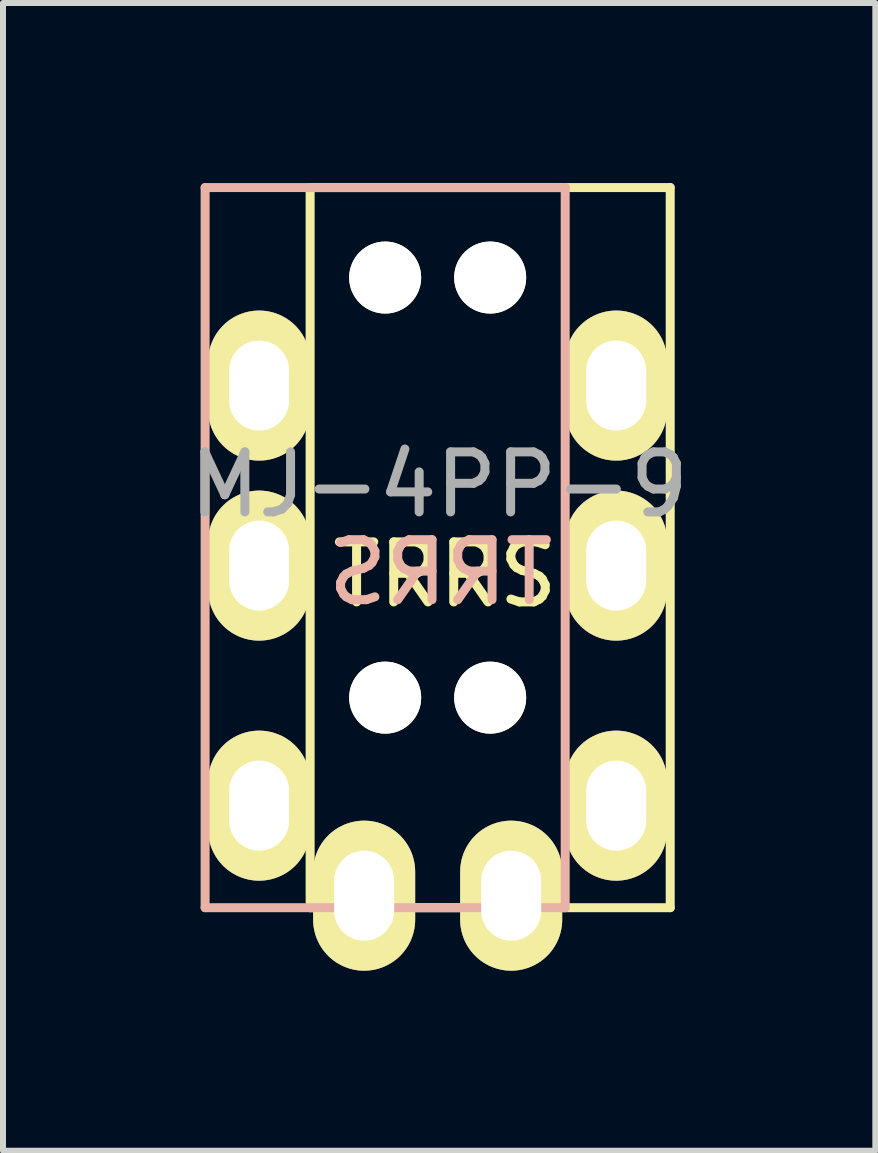
<source format=kicad_pcb>
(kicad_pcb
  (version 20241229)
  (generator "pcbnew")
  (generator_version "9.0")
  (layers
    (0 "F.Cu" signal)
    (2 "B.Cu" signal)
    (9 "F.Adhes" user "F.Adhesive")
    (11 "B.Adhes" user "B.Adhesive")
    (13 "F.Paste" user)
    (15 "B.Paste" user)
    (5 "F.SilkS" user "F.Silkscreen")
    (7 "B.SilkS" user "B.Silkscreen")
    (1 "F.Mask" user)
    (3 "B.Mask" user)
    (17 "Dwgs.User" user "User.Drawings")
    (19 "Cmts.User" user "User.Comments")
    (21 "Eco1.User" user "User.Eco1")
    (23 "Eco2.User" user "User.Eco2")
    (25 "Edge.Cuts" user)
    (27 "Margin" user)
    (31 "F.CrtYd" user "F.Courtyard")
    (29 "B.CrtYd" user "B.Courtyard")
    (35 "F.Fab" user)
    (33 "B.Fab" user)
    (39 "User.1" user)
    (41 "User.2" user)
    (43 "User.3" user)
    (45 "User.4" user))
  (footprint "MJ-4PP-9"
    (layer "F.Cu")
    (at 4.265 6.045)
    (property "Reference" "MJ-4PP-9" (at 0.003 -1.02 0) (layer "F.Fab") (effects (font (size 1 1) (thickness 0.15))))
    (attr through_hole)
    (fp_line (start -2.147 -5.97) (end 3.853 -5.97) (stroke (width 0.15) (type solid)) (layer "F.SilkS"))
    (fp_line (start -2.147 6.03) (end -2.147 -5.97) (stroke (width 0.15) (type solid)) (layer "F.SilkS"))
    (fp_line (start 3.853 -5.97) (end 3.853 6.03) (stroke (width 0.15) (type solid)) (layer "F.SilkS"))
    (fp_line (start 3.853 6.03) (end -2.147 6.03) (stroke (width 0.15) (type solid)) (layer "F.SilkS"))
    (fp_line (start -3.897 -5.97) (end 2.103 -5.97) (stroke (width 0.15) (type solid)) (layer "B.SilkS"))
    (fp_line (start -3.897 6.03) (end -3.897 -5.97) (stroke (width 0.15) (type solid)) (layer "B.SilkS"))
    (fp_line (start 2.103 -5.97) (end 2.103 6.03) (stroke (width 0.15) (type solid)) (layer "B.SilkS"))
    (fp_line (start 2.103 6.03) (end -3.897 6.03) (stroke (width 0.15) (type solid)) (layer "B.SilkS"))
    (fp_text user "TRRS" (at 0.103 0.48 0) (layer "F.SilkS") (effects (font (size 1 1) (thickness 0.15))))
    (fp_text user "TRRS" (at 0.027 0.443 0) (layer "B.SilkS") (effects (font (size 1 1) (thickness 0.15)) (justify mirror)))
    (pad "" np_thru_hole circle (at -0.897 -4.47) (size 1.2 1.2) (drill 1.2) (layers "*.Cu" "*.Mask" "F.SilkS"))
    (pad "" np_thru_hole circle (at -0.897 2.53) (size 1.2 1.2) (drill 1.2) (layers "*.Cu" "*.Mask" "F.SilkS"))
    (pad "" np_thru_hole circle (at 0.853 -4.47) (size 1.2 1.2) (drill 1.2) (layers "*.Cu" "*.Mask" "F.SilkS"))
    (pad "" np_thru_hole circle (at 0.853 2.53) (size 1.2 1.2) (drill 1.2) (layers "*.Cu" "*.Mask" "F.SilkS"))
    (pad "A" thru_hole oval (at -1.247 5.83) (size 1.7 2.5) (drill oval 1 1.5) (layers "*.Cu" "*.Mask" "F.SilkS"))
    (pad "A" thru_hole oval (at 1.203 5.83) (size 1.7 2.5) (drill oval 1 1.5) (layers "*.Cu" "*.Mask" "F.SilkS"))
    (pad "B" thru_hole oval (at -2.997 -2.67) (size 1.7 2.5) (drill oval 1 1.5) (layers "*.Cu" "*.Mask" "F.SilkS"))
    (pad "B" thru_hole oval (at 2.953 -2.67) (size 1.7 2.5) (drill oval 1 1.5) (layers "*.Cu" "*.Mask" "F.SilkS"))
    (pad "C" thru_hole oval (at -2.997 0.33) (size 1.7 2.5) (drill oval 1 1.5) (layers "*.Cu" "*.Mask" "F.SilkS"))
    (pad "C" thru_hole oval (at 2.953 0.33) (size 1.7 2.5) (drill oval 1 1.5) (layers "*.Cu" "*.Mask" "F.SilkS"))
    (pad "D" thru_hole oval (at -2.997 4.33) (size 1.7 2.5) (drill oval 1 1.5) (layers "*.Cu" "*.Mask" "F.SilkS"))
    (pad "D" thru_hole oval (at 2.953 4.33) (size 1.7 2.5) (drill oval 1 1.5) (layers "*.Cu" "*.Mask" "F.SilkS")))
  (gr_rect
    (start -3 -3)
    (end 11.536 16.125)
    (stroke (width 0.1) (type default))
    (fill no)
    (layer "Edge.Cuts")))
</source>
